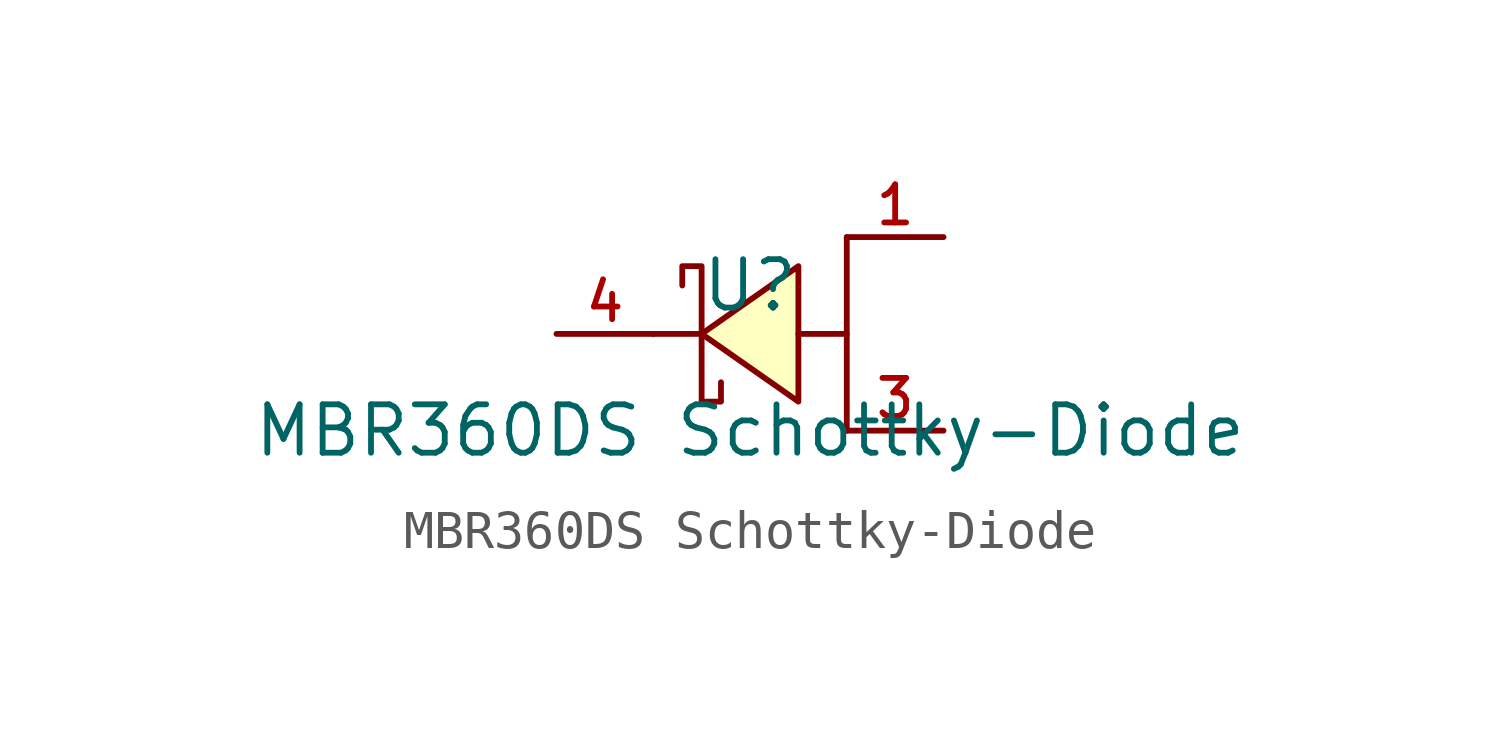
<source format=kicad_sym>
(kicad_symbol_lib
  (version 20231120)
  (generator "kicad_symbol_editor")
  (generator_version "8.0")
  (symbol "MBR360DS Schottky-Diode"
    (pin_names hide)
    (property "Reference" "U"
      (at 0 1.27 0)
      (effects (font (size 1.27 1.27))))
    (property "Value" "MBR360DS Schottky-Diode"
      (at 0 -2.54 0)
      (effects (font (size 1.27 1.27))))
    (symbol "MBR360DS Schottky-Diode_0_1"
      (polyline (pts (xy -1.27 0) (xy -2.54 0)) (stroke (width 0) (type default)) (fill (type none)))
      (polyline (pts (xy 2.54 0) (xy 2.54 -2.54)) (stroke (width 0) (type default)) (fill (type none)))
      (polyline (pts (xy 2.54 2.54) (xy 2.54 0) (xy 1.27 0)) (stroke (width 0) (type default)) (fill (type none)))
      (polyline (pts (xy 1.27 1.778) (xy -1.27 0) (xy 1.27 -1.778) (xy 1.27 1.778)) (stroke (width 0) (type default)) (fill (type background)))
      (polyline (pts (xy -1.778 1.27) (xy -1.778 1.778) (xy -1.27 1.778) (xy -1.27 -1.778) (xy -0.762 -1.778) (xy -0.762 -1.27)) (stroke (width 0) (type default)) (fill (type none)))
      (pin unspecified line (at 5.08 2.54 180) (length 2.54) (name "A" (effects (font (size 1 1)))) (number "1" (effects (font (size 1 1)))))
      (pin unspecified line (at 5.08 -2.54 180) (length 2.54) (name "A" (effects (font (size 1 1)))) (number "3" (effects (font (size 1 1)))))
      (pin unspecified line (at -5.08 0 0) (length 2.54) (name "K" (effects (font (size 1 1)))) (number "4" (effects (font (size 1 1))))))))
</source>
